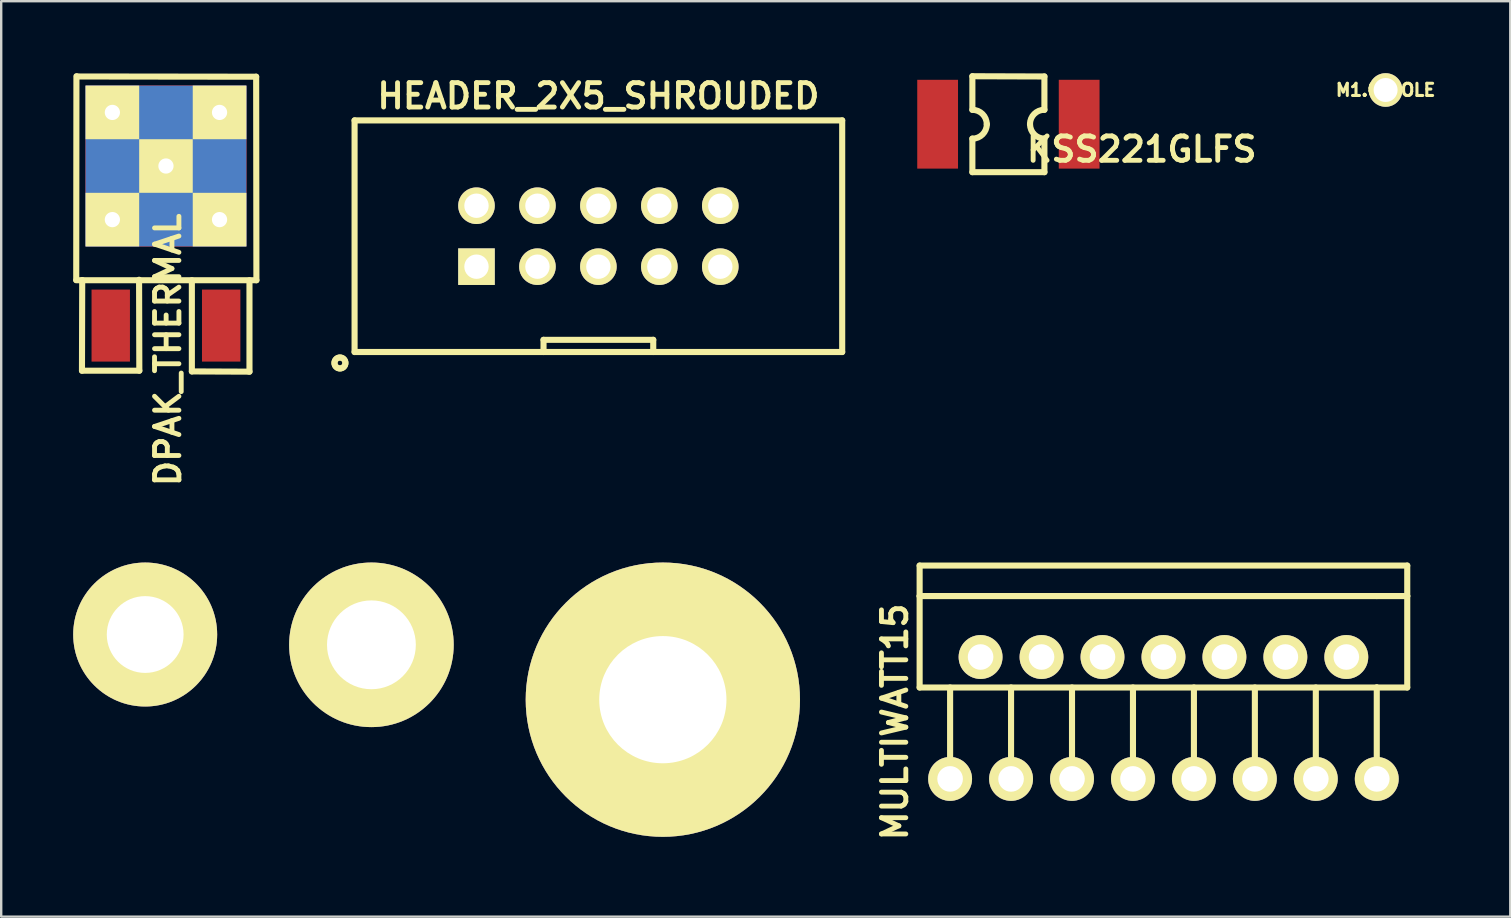
<source format=kicad_pcb>
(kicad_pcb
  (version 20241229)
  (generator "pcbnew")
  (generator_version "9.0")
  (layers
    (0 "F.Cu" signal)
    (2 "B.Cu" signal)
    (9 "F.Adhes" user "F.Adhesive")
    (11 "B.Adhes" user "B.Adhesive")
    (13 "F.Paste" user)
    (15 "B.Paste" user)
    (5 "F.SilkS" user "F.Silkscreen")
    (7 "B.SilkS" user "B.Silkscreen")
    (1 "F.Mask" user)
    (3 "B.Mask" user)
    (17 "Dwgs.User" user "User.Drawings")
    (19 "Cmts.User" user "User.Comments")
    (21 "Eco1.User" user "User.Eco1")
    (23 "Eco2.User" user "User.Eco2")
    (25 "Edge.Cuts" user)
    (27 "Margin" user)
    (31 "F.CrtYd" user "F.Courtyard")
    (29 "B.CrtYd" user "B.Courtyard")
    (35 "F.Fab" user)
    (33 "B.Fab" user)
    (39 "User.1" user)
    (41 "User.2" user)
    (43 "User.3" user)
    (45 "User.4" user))
  (footprint "M1.0_HOLE"
    (layer "F.Cu")
    (at 54.691 0.7)
    (property "Reference" "M1.0_HOLE" (at 0 0 0) (layer "F.SilkS") (effects (font (size 0.508 0.508) (thickness 0.127))))
    (attr through_hole)
    (pad "" thru_hole circle (at 0 0) (size 1.4 1.4) (drill 1) (layers "*.Cu" "*.Mask" "F.SilkS")))
  (footprint "M3.5_#6_HOLE"
    (layer "F.Cu")
    (at 12.428 23.821)
    (property "Reference" "M3.5_#6_HOLE" (at 0 0 0) (layer "F.SilkS") (effects (font (size 0.508 0.508) (thickness 0.127))))
    (attr through_hole)
    (pad "" thru_hole circle (at 0 0) (size 6.858 6.858) (drill 3.701) (layers "*.Cu" "*.Mask" "F.SilkS")))
  (footprint "KSS221GLFS"
    (layer "F.Cu")
    (at 38.972 2.126)
    (property "Reference" "KSS221GLFS" (at 5.555 1.045 0) (layer "F.SilkS") (effects (font (size 1.016 1.016) (thickness 0.203))))
    (attr through_hole)
    (fp_line (start -1.501 -1.999) (end 1.501 -1.989) (stroke (width 0.254) (type solid)) (layer "F.SilkS"))
    (fp_line (start -1.501 -0.599) (end -1.501 -1.999) (stroke (width 0.254) (type solid)) (layer "F.SilkS"))
    (fp_line (start -1.501 0.599) (end -1.501 1.999) (stroke (width 0.254) (type solid)) (layer "F.SilkS"))
    (fp_line (start -1.501 1.999) (end 1.501 1.999) (stroke (width 0.254) (type solid)) (layer "F.SilkS"))
    (fp_line (start 1.501 -1.989) (end 1.501 -0.599) (stroke (width 0.254) (type solid)) (layer "F.SilkS"))
    (fp_line (start 1.501 1.999) (end 1.501 0.599) (stroke (width 0.254) (type solid)) (layer "F.SilkS"))
    (fp_arc (start -1.50114 -0.59944) (mid -1.077272 -0.423868) (end -0.9017 0) (stroke (width 0.254) (type solid)) (layer "F.SilkS"))
    (fp_arc (start -0.89916 0) (mid -1.075476 0.425664) (end -1.50114 0.60198) (stroke (width 0.254) (type solid)) (layer "F.SilkS"))
    (fp_arc (start 0.89916 0) (mid 1.075476 -0.425664) (end 1.50114 -0.60198) (stroke (width 0.254) (type solid)) (layer "F.SilkS"))
    (fp_arc (start 1.50114 0.59944) (mid 1.077272 0.423868) (end 0.9017 0) (stroke (width 0.254) (type solid)) (layer "F.SilkS"))
    (pad "1" smd rect (at -2.949 0) (size 1.699 3.701) (layers "F.Cu" "F.Mask" "F.Paste"))
    (pad "2" smd rect (at 2.949 0) (size 1.699 3.701) (layers "F.Cu" "F.Mask" "F.Paste")))
  (footprint "HEADER_2X5_SHROUDED"
    (layer "F.Cu")
    (at 21.886 6.793)
    (property "Reference" "HEADER_2X5_SHROUDED" (at 0 -5.842 0) (layer "F.SilkS") (effects (font (size 1.016 1.016) (thickness 0.203))))
    (attr through_hole)
    (fp_line (start -10.16 -4.826) (end 10.16 -4.826) (stroke (width 0.254) (type solid)) (layer "F.SilkS"))
    (fp_line (start -10.16 4.826) (end -10.16 -4.826) (stroke (width 0.254) (type solid)) (layer "F.SilkS"))
    (fp_line (start -2.286 4.318) (end -2.286 4.826) (stroke (width 0.254) (type solid)) (layer "F.SilkS"))
    (fp_line (start 2.286 4.318) (end -2.286 4.318) (stroke (width 0.254) (type solid)) (layer "F.SilkS"))
    (fp_line (start 2.286 4.826) (end 2.286 4.318) (stroke (width 0.254) (type solid)) (layer "F.SilkS"))
    (fp_line (start 10.16 -4.826) (end 10.16 4.826) (stroke (width 0.254) (type solid)) (layer "F.SilkS"))
    (fp_line (start 10.16 4.826) (end -10.16 4.826) (stroke (width 0.254) (type solid)) (layer "F.SilkS"))
    (fp_circle (center -10.77 5.283) (end -10.668 5.283) (stroke (width 0.254) (type solid)) (fill no) (layer "F.SilkS"))
    (fp_circle (center -10.77 5.283) (end -10.566 5.182) (stroke (width 0.254) (type solid)) (fill no) (layer "F.SilkS"))
    (pad "1" thru_hole rect (at -5.08 1.27) (size 1.524 1.524) (drill 1.016) (layers "*.Cu" "*.Mask" "F.SilkS"))
    (pad "2" thru_hole circle (at -5.08 -1.27) (size 1.524 1.524) (drill 1.016) (layers "*.Cu" "*.Mask" "F.SilkS"))
    (pad "3" thru_hole circle (at -2.54 1.27) (size 1.524 1.524) (drill 1.016) (layers "*.Cu" "*.Mask" "F.SilkS"))
    (pad "4" thru_hole circle (at -2.54 -1.27) (size 1.524 1.524) (drill 1.016) (layers "*.Cu" "*.Mask" "F.SilkS"))
    (pad "5" thru_hole circle (at 0 1.27) (size 1.524 1.524) (drill 1.016) (layers "*.Cu" "*.Mask" "F.SilkS"))
    (pad "6" thru_hole circle (at 0 -1.27) (size 1.524 1.524) (drill 1.016) (layers "*.Cu" "*.Mask" "F.SilkS"))
    (pad "7" thru_hole circle (at 2.54 1.27) (size 1.524 1.524) (drill 1.016) (layers "*.Cu" "*.Mask" "F.SilkS"))
    (pad "8" thru_hole circle (at 2.54 -1.27) (size 1.524 1.524) (drill 1.016) (layers "*.Cu" "*.Mask" "F.SilkS"))
    (pad "9" thru_hole circle (at 5.08 1.27) (size 1.524 1.524) (drill 1.016) (layers "*.Cu" "*.Mask" "F.SilkS"))
    (pad "10" thru_hole circle (at 5.08 -1.27) (size 1.524 1.524) (drill 1.016) (layers "*.Cu" "*.Mask" "F.SilkS")))
  (footprint "M3.0_#4_HOLE"
    (layer "F.Cu")
    (at 3 23.392)
    (property "Reference" "M3.0_#4_HOLE" (at 0 0 0) (layer "F.SilkS") (effects (font (size 0.508 0.508) (thickness 0.127))))
    (attr through_hole)
    (pad "" thru_hole circle (at 0 0) (size 5.999 5.999) (drill 3.2) (layers "*.Cu" "*.Mask" "F.SilkS")))
  (footprint "DPAK_THERMAL"
    (layer "F.Cu")
    (at 3.866 10.518)
    (property "Reference" "DPAK_THERMAL" (at 0.08 1.01 90) (layer "F.SilkS") (effects (font (size 1.016 1.016) (thickness 0.203))))
    (attr smd)
    (fp_line (start -3.739 -1.89) (end 3.769 -1.89) (stroke (width 0.254) (type solid)) (layer "F.SilkS"))
    (fp_line (start -3.731 -10.391) (end -3.739 -1.9) (stroke (width 0.254) (type solid)) (layer "F.SilkS"))
    (fp_line (start -3.5 1.88) (end -1.11 1.88) (stroke (width 0.254) (type solid)) (layer "F.SilkS"))
    (fp_line (start -3.49 -1.9) (end -3.5 1.88) (stroke (width 0.254) (type solid)) (layer "F.SilkS"))
    (fp_line (start -1.11 1.88) (end -1.12 -1.91) (stroke (width 0.254) (type solid)) (layer "F.SilkS"))
    (fp_line (start 1.079 -1.89) (end 1.079 1.91) (stroke (width 0.254) (type solid)) (layer "F.SilkS"))
    (fp_line (start 1.079 1.91) (end 3.48 1.92) (stroke (width 0.254) (type solid)) (layer "F.SilkS"))
    (fp_line (start 3.48 1.92) (end 3.48 -1.89) (stroke (width 0.254) (type solid)) (layer "F.SilkS"))
    (fp_line (start 3.759 -10.371) (end -3.711 -10.381) (stroke (width 0.254) (type solid)) (layer "F.SilkS"))
    (fp_line (start 3.769 -1.89) (end 3.759 -10.371) (stroke (width 0.254) (type solid)) (layer "F.SilkS"))
    (pad "1" smd rect (at -2.301 0) (size 1.6 3) (layers "F.Cu" "F.Mask" "F.Paste"))
    (pad "2" smd rect (at -2.233 -6.65) (size 2.233 2.233) (layers "F.Cu" "F.Mask" "F.Paste"))
    (pad "2" thru_hole rect (at -2.233 -4.416) (size 2.233 2.233) (drill 0.635) (layers "*.Cu" "F.SilkS"))
    (pad "2" thru_hole rect (at -2.233 -8.883) (size 2.233 2.233) (drill 0.635) (layers "*.Cu" "F.SilkS"))
    (pad "2" smd rect (at 0 -8.883) (size 2.233 2.233) (layers "F.Cu" "F.Mask" "F.Paste"))
    (pad "2" thru_hole rect (at 0 -6.65) (size 2.233 2.233) (drill 0.635) (layers "*.Cu" "F.SilkS"))
    (pad "2" smd rect (at 0 -6.65) (size 6.7 6.7) (layers "F.Cu"))
    (pad "2" smd rect (at 0 -6.65) (size 6.7 6.7) (layers "B.Cu"))
    (pad "2" smd rect (at 0 -4.416) (size 2.233 2.233) (layers "F.Cu" "F.Mask" "F.Paste"))
    (pad "2" thru_hole rect (at 2.233 -8.883) (size 2.233 2.233) (drill 0.635) (layers "*.Cu" "F.SilkS"))
    (pad "2" smd rect (at 2.233 -6.65) (size 2.233 2.233) (layers "F.Cu" "F.Mask" "F.Paste"))
    (pad "2" thru_hole rect (at 2.233 -4.416) (size 2.233 2.233) (drill 0.635) (layers "*.Cu" "F.SilkS"))
    (pad "3" smd rect (at 2.301 0) (size 1.6 3) (layers "F.Cu" "F.Mask" "F.Paste")))
  (footprint "M5.0_#10_HOLE"
    (layer "F.Cu")
    (at 24.572 26.107)
    (property "Reference" "M5.0_#10_HOLE" (at 0 0 0) (layer "F.SilkS") (effects (font (size 0.508 0.508) (thickness 0.127))))
    (attr through_hole)
    (pad "" thru_hole circle (at 0 0) (size 11.43 11.43) (drill 5.301) (layers "*.Cu" "*.Mask" "F.SilkS")))
  (footprint "MULTIWATT15"
    (layer "F.Cu")
    (at 45.433 26.869)
    (property "Reference" "MULTIWATT15" (at -11.195 0.165 90) (layer "F.SilkS") (effects (font (size 1.016 1.016) (thickness 0.203))))
    (attr through_hole)
    (fp_line (start -10.16 -6.35) (end -10.16 -5.08) (stroke (width 0.254) (type solid)) (layer "F.SilkS"))
    (fp_line (start -10.16 -5.08) (end -10.16 -1.27) (stroke (width 0.254) (type solid)) (layer "F.SilkS"))
    (fp_line (start -10.16 -1.27) (end 8.89 -1.27) (stroke (width 0.254) (type solid)) (layer "F.SilkS"))
    (fp_line (start -8.89 2.54) (end -8.89 -1.27) (stroke (width 0.254) (type solid)) (layer "F.SilkS"))
    (fp_line (start -6.35 2.54) (end -6.35 -1.27) (stroke (width 0.254) (type solid)) (layer "F.SilkS"))
    (fp_line (start -3.81 2.54) (end -3.81 -1.27) (stroke (width 0.254) (type solid)) (layer "F.SilkS"))
    (fp_line (start -1.27 2.54) (end -1.27 -1.27) (stroke (width 0.254) (type solid)) (layer "F.SilkS"))
    (fp_line (start 1.27 2.54) (end 1.27 -1.27) (stroke (width 0.254) (type solid)) (layer "F.SilkS"))
    (fp_line (start 3.81 2.54) (end 3.81 -1.27) (stroke (width 0.254) (type solid)) (layer "F.SilkS"))
    (fp_line (start 6.35 2.54) (end 6.35 -1.27) (stroke (width 0.254) (type solid)) (layer "F.SilkS"))
    (fp_line (start 8.89 -5.08) (end -10.16 -5.08) (stroke (width 0.254) (type solid)) (layer "F.SilkS"))
    (fp_line (start 8.89 -1.27) (end 10.16 -1.27) (stroke (width 0.254) (type solid)) (layer "F.SilkS"))
    (fp_line (start 8.89 2.54) (end 8.89 -1.27) (stroke (width 0.254) (type solid)) (layer "F.SilkS"))
    (fp_line (start 10.16 -6.35) (end -10.16 -6.35) (stroke (width 0.254) (type solid)) (layer "F.SilkS"))
    (fp_line (start 10.16 -5.08) (end 8.89 -5.08) (stroke (width 0.254) (type solid)) (layer "F.SilkS"))
    (fp_line (start 10.16 -5.08) (end 10.16 -6.35) (stroke (width 0.254) (type solid)) (layer "F.SilkS"))
    (fp_line (start 10.16 -1.27) (end 10.16 -5.08) (stroke (width 0.254) (type solid)) (layer "F.SilkS"))
    (pad "1" thru_hole circle (at -8.89 2.54) (size 1.829 1.829) (drill 1.067) (layers "*.Cu" "*.Mask" "F.SilkS"))
    (pad "2" thru_hole circle (at -7.62 -2.54) (size 1.829 1.829) (drill 1.067) (layers "*.Cu" "*.Mask" "F.SilkS"))
    (pad "3" thru_hole circle (at -6.35 2.54) (size 1.829 1.829) (drill 1.067) (layers "*.Cu" "*.Mask" "F.SilkS"))
    (pad "4" thru_hole circle (at -5.08 -2.54) (size 1.829 1.829) (drill 1.067) (layers "*.Cu" "*.Mask" "F.SilkS"))
    (pad "5" thru_hole circle (at -3.81 2.54) (size 1.829 1.829) (drill 1.067) (layers "*.Cu" "*.Mask" "F.SilkS"))
    (pad "6" thru_hole circle (at -2.54 -2.54) (size 1.829 1.829) (drill 1.067) (layers "*.Cu" "*.Mask" "F.SilkS"))
    (pad "7" thru_hole circle (at -1.27 2.54) (size 1.829 1.829) (drill 1.067) (layers "*.Cu" "*.Mask" "F.SilkS"))
    (pad "8" thru_hole circle (at 0 -2.54) (size 1.829 1.829) (drill 1.067) (layers "*.Cu" "*.Mask" "F.SilkS"))
    (pad "9" thru_hole circle (at 1.27 2.54) (size 1.829 1.829) (drill 1.067) (layers "*.Cu" "*.Mask" "F.SilkS"))
    (pad "10" thru_hole circle (at 2.54 -2.54) (size 1.829 1.829) (drill 1.067) (layers "*.Cu" "*.Mask" "F.SilkS"))
    (pad "11" thru_hole circle (at 3.81 2.54) (size 1.829 1.829) (drill 1.067) (layers "*.Cu" "*.Mask" "F.SilkS"))
    (pad "12" thru_hole circle (at 5.08 -2.54) (size 1.829 1.829) (drill 1.067) (layers "*.Cu" "*.Mask" "F.SilkS"))
    (pad "13" thru_hole circle (at 6.35 2.54) (size 1.829 1.829) (drill 1.067) (layers "*.Cu" "*.Mask" "F.SilkS"))
    (pad "14" thru_hole circle (at 7.62 -2.54) (size 1.829 1.829) (drill 1.067) (layers "*.Cu" "*.Mask" "F.SilkS"))
    (pad "15" thru_hole circle (at 8.89 2.54) (size 1.829 1.829) (drill 1.067) (layers "*.Cu" "*.Mask" "F.SilkS")))
  (gr_rect
    (start -3 -3)
    (end 59.887 35.148)
    (stroke (width 0.1) (type default))
    (fill no)
    (layer "Edge.Cuts")))
</source>
